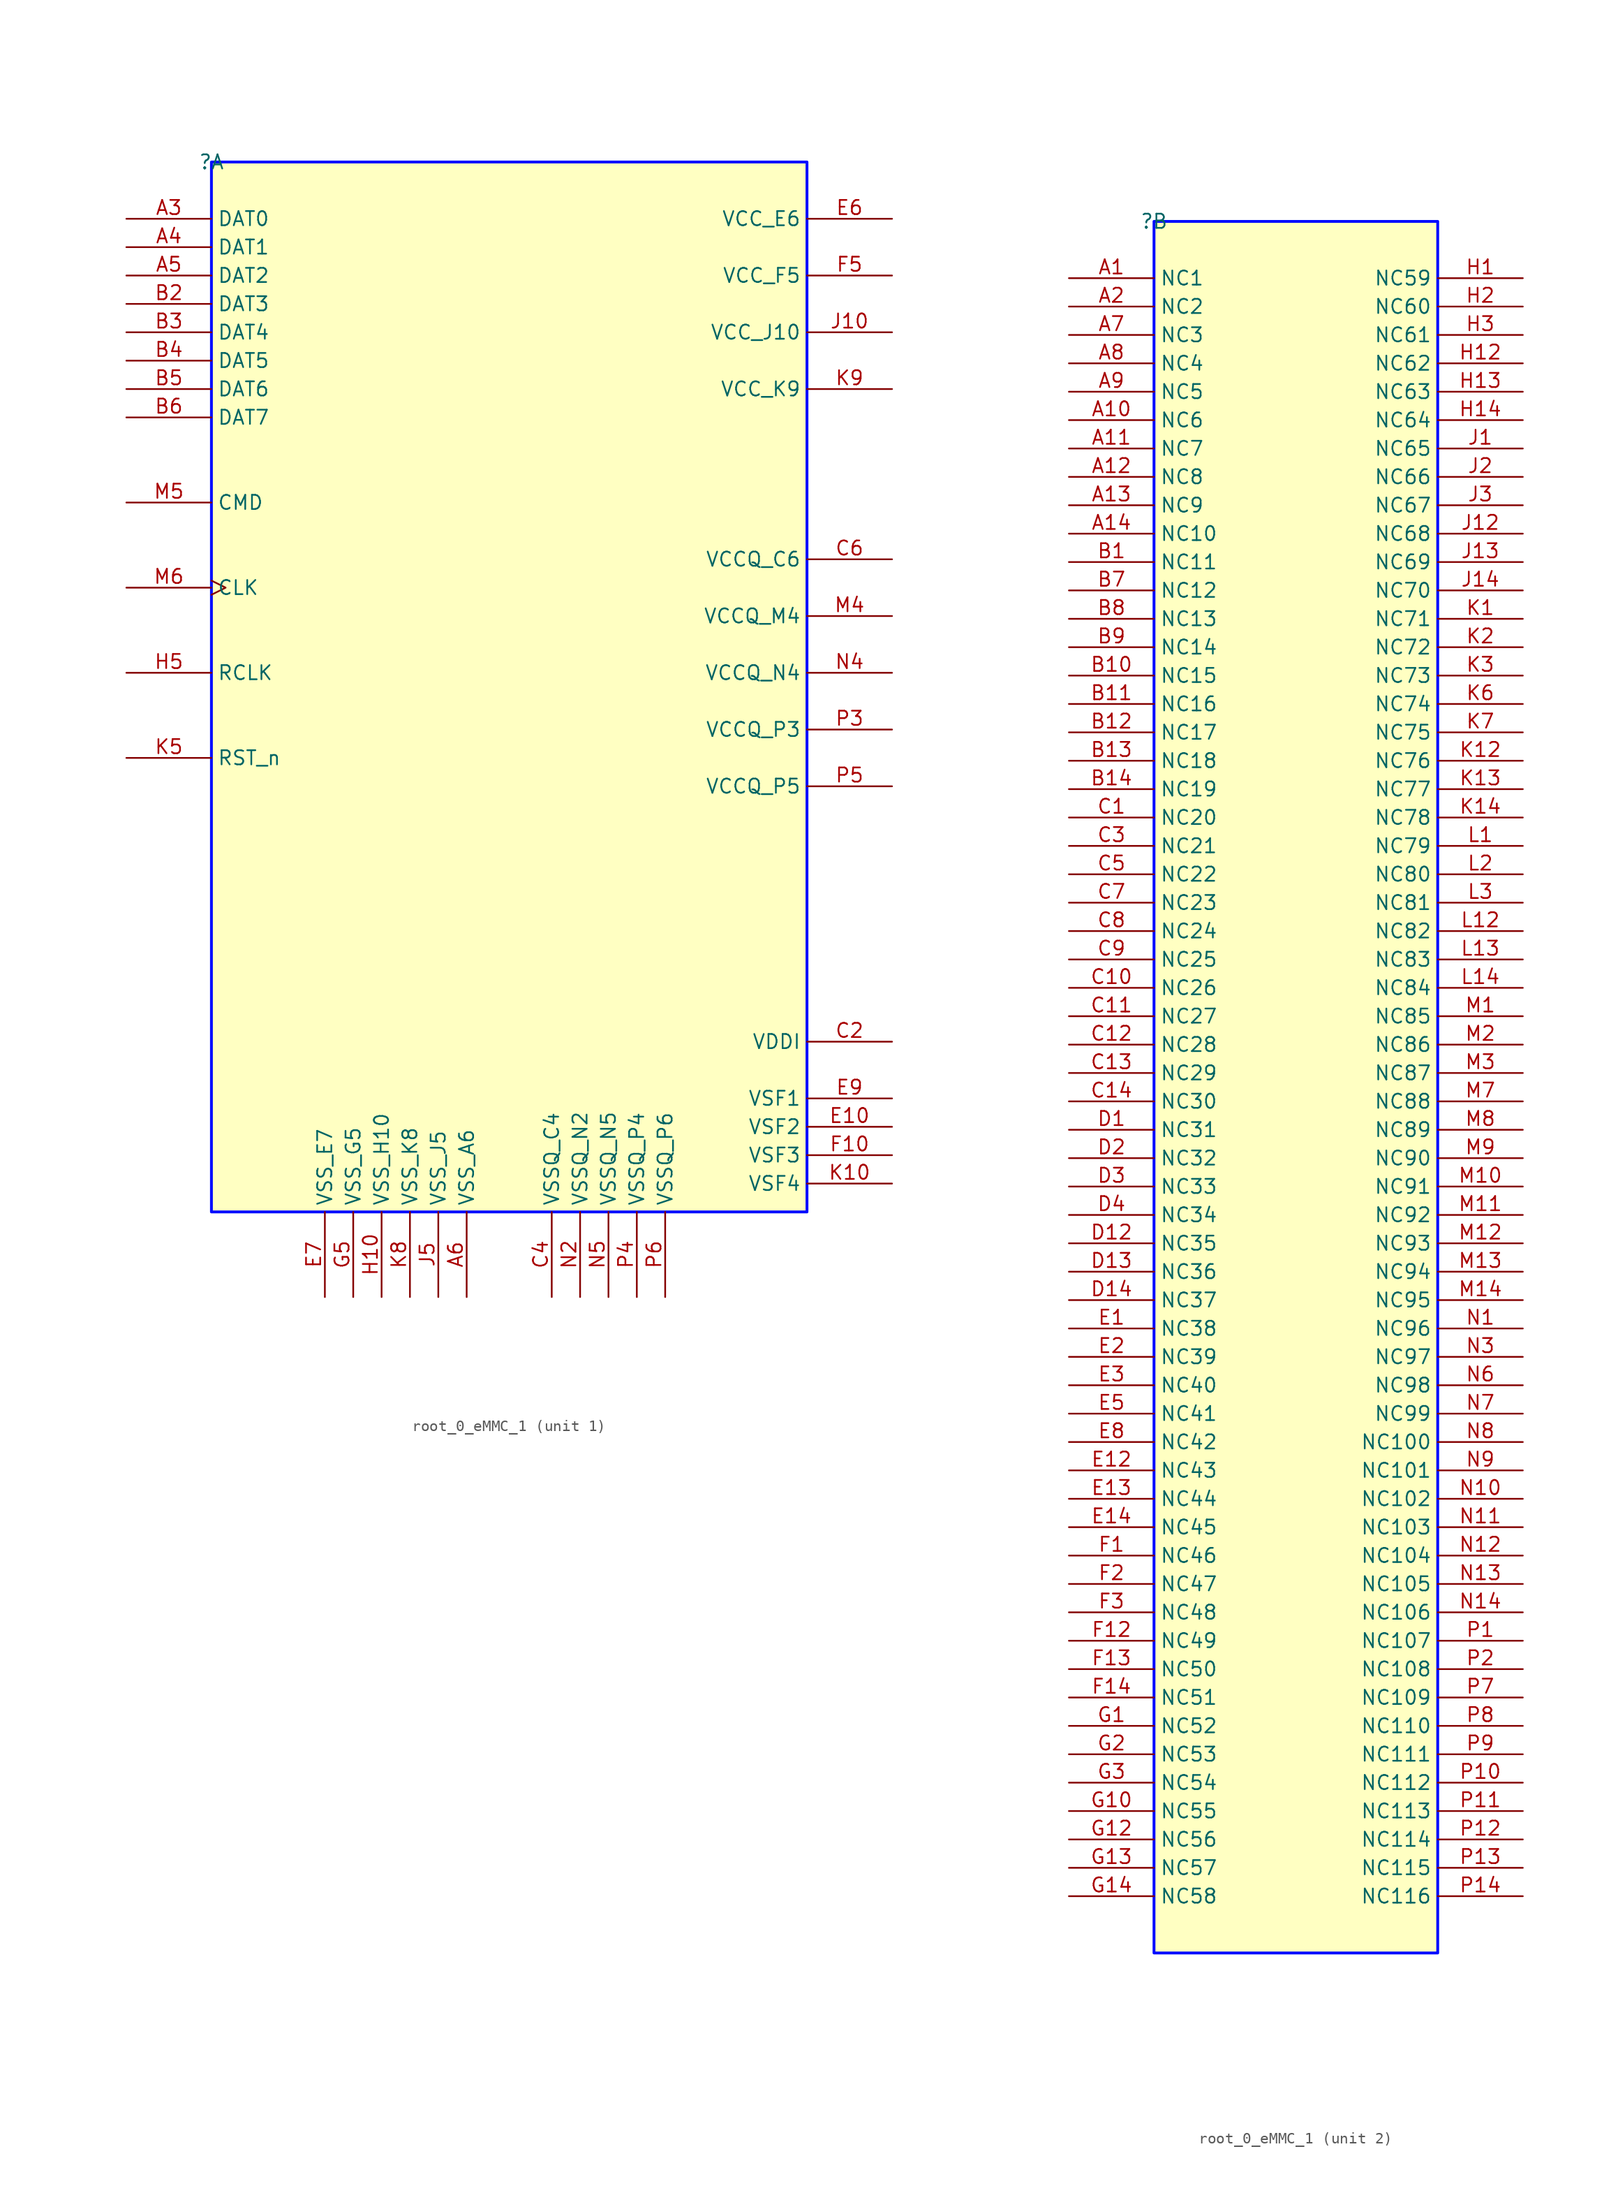
<source format=kicad_sym>
(kicad_symbol_lib
  (version 20231120)
  (generator "kicad_symbol_editor")
  (generator_version "8.0")
  (symbol "root_0_eMMC_1"
    (property "Reference" ""
      (at 0 0 0)
      (effects (font (size 1.27 1.27))))
    (property "Value" ""
      (at 0 0 0)
      (effects (font (size 1.27 1.27))))
    (symbol "root_0_eMMC_1_1_0"
      (rectangle (start 53.34 0) (end 0 -93.98) (stroke (width 0.254) (type solid) (color 0 11 255 1)) (fill (type background)))
      (pin passive line (at -7.62 -5.08 0) (length 7.62) (name "DAT0" (effects (font (size 1.27 1.27)))) (number "A3" (effects (font (size 1.27 1.27)))))
      (pin passive line (at -7.62 -7.62 0) (length 7.62) (name "DAT1" (effects (font (size 1.27 1.27)))) (number "A4" (effects (font (size 1.27 1.27)))))
      (pin passive line (at -7.62 -10.16 0) (length 7.62) (name "DAT2" (effects (font (size 1.27 1.27)))) (number "A5" (effects (font (size 1.27 1.27)))))
      (pin passive line (at 22.86 -101.6 90) (length 7.62) (name "VSS_A6" (effects (font (size 1.27 1.27)))) (number "A6" (effects (font (size 1.27 1.27)))))
      (pin passive line (at -7.62 -12.7 0) (length 7.62) (name "DAT3" (effects (font (size 1.27 1.27)))) (number "B2" (effects (font (size 1.27 1.27)))))
      (pin passive line (at -7.62 -15.24 0) (length 7.62) (name "DAT4" (effects (font (size 1.27 1.27)))) (number "B3" (effects (font (size 1.27 1.27)))))
      (pin passive line (at -7.62 -17.78 0) (length 7.62) (name "DAT5" (effects (font (size 1.27 1.27)))) (number "B4" (effects (font (size 1.27 1.27)))))
      (pin passive line (at -7.62 -20.32 0) (length 7.62) (name "DAT6" (effects (font (size 1.27 1.27)))) (number "B5" (effects (font (size 1.27 1.27)))))
      (pin passive line (at -7.62 -22.86 0) (length 7.62) (name "DAT7" (effects (font (size 1.27 1.27)))) (number "B6" (effects (font (size 1.27 1.27)))))
      (pin passive line (at 60.96 -78.74 180) (length 7.62) (name "VDDI" (effects (font (size 1.27 1.27)))) (number "C2" (effects (font (size 1.27 1.27)))))
      (pin passive line (at 30.48 -101.6 90) (length 7.62) (name "VSSQ_C4" (effects (font (size 1.27 1.27)))) (number "C4" (effects (font (size 1.27 1.27)))))
      (pin passive line (at 60.96 -35.56 180) (length 7.62) (name "VCCQ_C6" (effects (font (size 1.27 1.27)))) (number "C6" (effects (font (size 1.27 1.27)))))
      (pin passive line (at 60.96 -86.36 180) (length 7.62) (name "VSF2" (effects (font (size 1.27 1.27)))) (number "E10" (effects (font (size 1.27 1.27)))))
      (pin passive line (at 60.96 -5.08 180) (length 7.62) (name "VCC_E6" (effects (font (size 1.27 1.27)))) (number "E6" (effects (font (size 1.27 1.27)))))
      (pin passive line (at 10.16 -101.6 90) (length 7.62) (name "VSS_E7" (effects (font (size 1.27 1.27)))) (number "E7" (effects (font (size 1.27 1.27)))))
      (pin passive line (at 60.96 -83.82 180) (length 7.62) (name "VSF1" (effects (font (size 1.27 1.27)))) (number "E9" (effects (font (size 1.27 1.27)))))
      (pin passive line (at 60.96 -88.9 180) (length 7.62) (name "VSF3" (effects (font (size 1.27 1.27)))) (number "F10" (effects (font (size 1.27 1.27)))))
      (pin passive line (at 60.96 -10.16 180) (length 7.62) (name "VCC_F5" (effects (font (size 1.27 1.27)))) (number "F5" (effects (font (size 1.27 1.27)))))
      (pin passive line (at 12.7 -101.6 90) (length 7.62) (name "VSS_G5" (effects (font (size 1.27 1.27)))) (number "G5" (effects (font (size 1.27 1.27)))))
      (pin passive line (at 15.24 -101.6 90) (length 7.62) (name "VSS_H10" (effects (font (size 1.27 1.27)))) (number "H10" (effects (font (size 1.27 1.27)))))
      (pin passive line (at -7.62 -45.72 0) (length 7.62) (name "RCLK" (effects (font (size 1.27 1.27)))) (number "H5" (effects (font (size 1.27 1.27)))))
      (pin passive line (at 60.96 -15.24 180) (length 7.62) (name "VCC_J10" (effects (font (size 1.27 1.27)))) (number "J10" (effects (font (size 1.27 1.27)))))
      (pin passive line (at 20.32 -101.6 90) (length 7.62) (name "VSS_J5" (effects (font (size 1.27 1.27)))) (number "J5" (effects (font (size 1.27 1.27)))))
      (pin passive line (at 60.96 -91.44 180) (length 7.62) (name "VSF4" (effects (font (size 1.27 1.27)))) (number "K10" (effects (font (size 1.27 1.27)))))
      (pin passive line (at -7.62 -53.34 0) (length 7.62) (name "RST_n" (effects (font (size 1.27 1.27)))) (number "K5" (effects (font (size 1.27 1.27)))))
      (pin passive line (at 17.78 -101.6 90) (length 7.62) (name "VSS_K8" (effects (font (size 1.27 1.27)))) (number "K8" (effects (font (size 1.27 1.27)))))
      (pin passive line (at 60.96 -20.32 180) (length 7.62) (name "VCC_K9" (effects (font (size 1.27 1.27)))) (number "K9" (effects (font (size 1.27 1.27)))))
      (pin passive line (at 60.96 -40.64 180) (length 7.62) (name "VCCQ_M4" (effects (font (size 1.27 1.27)))) (number "M4" (effects (font (size 1.27 1.27)))))
      (pin passive line (at -7.62 -30.48 0) (length 7.62) (name "CMD" (effects (font (size 1.27 1.27)))) (number "M5" (effects (font (size 1.27 1.27)))))
      (pin passive clock (at -7.62 -38.1 0) (length 7.62) (name "CLK" (effects (font (size 1.27 1.27)))) (number "M6" (effects (font (size 1.27 1.27)))))
      (pin passive line (at 33.02 -101.6 90) (length 7.62) (name "VSSQ_N2" (effects (font (size 1.27 1.27)))) (number "N2" (effects (font (size 1.27 1.27)))))
      (pin passive line (at 60.96 -45.72 180) (length 7.62) (name "VCCQ_N4" (effects (font (size 1.27 1.27)))) (number "N4" (effects (font (size 1.27 1.27)))))
      (pin passive line (at 35.56 -101.6 90) (length 7.62) (name "VSSQ_N5" (effects (font (size 1.27 1.27)))) (number "N5" (effects (font (size 1.27 1.27)))))
      (pin passive line (at 60.96 -50.8 180) (length 7.62) (name "VCCQ_P3" (effects (font (size 1.27 1.27)))) (number "P3" (effects (font (size 1.27 1.27)))))
      (pin passive line (at 38.1 -101.6 90) (length 7.62) (name "VSSQ_P4" (effects (font (size 1.27 1.27)))) (number "P4" (effects (font (size 1.27 1.27)))))
      (pin passive line (at 60.96 -55.88 180) (length 7.62) (name "VCCQ_P5" (effects (font (size 1.27 1.27)))) (number "P5" (effects (font (size 1.27 1.27)))))
      (pin passive line (at 40.64 -101.6 90) (length 7.62) (name "VSSQ_P6" (effects (font (size 1.27 1.27)))) (number "P6" (effects (font (size 1.27 1.27))))))
    (symbol "root_0_eMMC_1_2_0"
      (rectangle (start 25.4 0) (end 0 -154.94) (stroke (width 0.254) (type solid) (color 0 11 255 1)) (fill (type background)))
      (pin passive line (at -7.62 -5.08 0) (length 7.62) (name "NC1" (effects (font (size 1.27 1.27)))) (number "A1" (effects (font (size 1.27 1.27)))))
      (pin passive line (at -7.62 -17.78 0) (length 7.62) (name "NC6" (effects (font (size 1.27 1.27)))) (number "A10" (effects (font (size 1.27 1.27)))))
      (pin passive line (at -7.62 -20.32 0) (length 7.62) (name "NC7" (effects (font (size 1.27 1.27)))) (number "A11" (effects (font (size 1.27 1.27)))))
      (pin passive line (at -7.62 -22.86 0) (length 7.62) (name "NC8" (effects (font (size 1.27 1.27)))) (number "A12" (effects (font (size 1.27 1.27)))))
      (pin passive line (at -7.62 -25.4 0) (length 7.62) (name "NC9" (effects (font (size 1.27 1.27)))) (number "A13" (effects (font (size 1.27 1.27)))))
      (pin passive line (at -7.62 -27.94 0) (length 7.62) (name "NC10" (effects (font (size 1.27 1.27)))) (number "A14" (effects (font (size 1.27 1.27)))))
      (pin passive line (at -7.62 -7.62 0) (length 7.62) (name "NC2" (effects (font (size 1.27 1.27)))) (number "A2" (effects (font (size 1.27 1.27)))))
      (pin passive line (at -7.62 -10.16 0) (length 7.62) (name "NC3" (effects (font (size 1.27 1.27)))) (number "A7" (effects (font (size 1.27 1.27)))))
      (pin passive line (at -7.62 -12.7 0) (length 7.62) (name "NC4" (effects (font (size 1.27 1.27)))) (number "A8" (effects (font (size 1.27 1.27)))))
      (pin passive line (at -7.62 -15.24 0) (length 7.62) (name "NC5" (effects (font (size 1.27 1.27)))) (number "A9" (effects (font (size 1.27 1.27)))))
      (pin passive line (at -7.62 -30.48 0) (length 7.62) (name "NC11" (effects (font (size 1.27 1.27)))) (number "B1" (effects (font (size 1.27 1.27)))))
      (pin passive line (at -7.62 -40.64 0) (length 7.62) (name "NC15" (effects (font (size 1.27 1.27)))) (number "B10" (effects (font (size 1.27 1.27)))))
      (pin passive line (at -7.62 -43.18 0) (length 7.62) (name "NC16" (effects (font (size 1.27 1.27)))) (number "B11" (effects (font (size 1.27 1.27)))))
      (pin passive line (at -7.62 -45.72 0) (length 7.62) (name "NC17" (effects (font (size 1.27 1.27)))) (number "B12" (effects (font (size 1.27 1.27)))))
      (pin passive line (at -7.62 -48.26 0) (length 7.62) (name "NC18" (effects (font (size 1.27 1.27)))) (number "B13" (effects (font (size 1.27 1.27)))))
      (pin passive line (at -7.62 -50.8 0) (length 7.62) (name "NC19" (effects (font (size 1.27 1.27)))) (number "B14" (effects (font (size 1.27 1.27)))))
      (pin passive line (at -7.62 -33.02 0) (length 7.62) (name "NC12" (effects (font (size 1.27 1.27)))) (number "B7" (effects (font (size 1.27 1.27)))))
      (pin passive line (at -7.62 -35.56 0) (length 7.62) (name "NC13" (effects (font (size 1.27 1.27)))) (number "B8" (effects (font (size 1.27 1.27)))))
      (pin passive line (at -7.62 -38.1 0) (length 7.62) (name "NC14" (effects (font (size 1.27 1.27)))) (number "B9" (effects (font (size 1.27 1.27)))))
      (pin passive line (at -7.62 -53.34 0) (length 7.62) (name "NC20" (effects (font (size 1.27 1.27)))) (number "C1" (effects (font (size 1.27 1.27)))))
      (pin passive line (at -7.62 -68.58 0) (length 7.62) (name "NC26" (effects (font (size 1.27 1.27)))) (number "C10" (effects (font (size 1.27 1.27)))))
      (pin passive line (at -7.62 -71.12 0) (length 7.62) (name "NC27" (effects (font (size 1.27 1.27)))) (number "C11" (effects (font (size 1.27 1.27)))))
      (pin passive line (at -7.62 -73.66 0) (length 7.62) (name "NC28" (effects (font (size 1.27 1.27)))) (number "C12" (effects (font (size 1.27 1.27)))))
      (pin passive line (at -7.62 -76.2 0) (length 7.62) (name "NC29" (effects (font (size 1.27 1.27)))) (number "C13" (effects (font (size 1.27 1.27)))))
      (pin passive line (at -7.62 -78.74 0) (length 7.62) (name "NC30" (effects (font (size 1.27 1.27)))) (number "C14" (effects (font (size 1.27 1.27)))))
      (pin passive line (at -7.62 -55.88 0) (length 7.62) (name "NC21" (effects (font (size 1.27 1.27)))) (number "C3" (effects (font (size 1.27 1.27)))))
      (pin passive line (at -7.62 -58.42 0) (length 7.62) (name "NC22" (effects (font (size 1.27 1.27)))) (number "C5" (effects (font (size 1.27 1.27)))))
      (pin passive line (at -7.62 -60.96 0) (length 7.62) (name "NC23" (effects (font (size 1.27 1.27)))) (number "C7" (effects (font (size 1.27 1.27)))))
      (pin passive line (at -7.62 -63.5 0) (length 7.62) (name "NC24" (effects (font (size 1.27 1.27)))) (number "C8" (effects (font (size 1.27 1.27)))))
      (pin passive line (at -7.62 -66.04 0) (length 7.62) (name "NC25" (effects (font (size 1.27 1.27)))) (number "C9" (effects (font (size 1.27 1.27)))))
      (pin passive line (at -7.62 -81.28 0) (length 7.62) (name "NC31" (effects (font (size 1.27 1.27)))) (number "D1" (effects (font (size 1.27 1.27)))))
      (pin passive line (at -7.62 -91.44 0) (length 7.62) (name "NC35" (effects (font (size 1.27 1.27)))) (number "D12" (effects (font (size 1.27 1.27)))))
      (pin passive line (at -7.62 -93.98 0) (length 7.62) (name "NC36" (effects (font (size 1.27 1.27)))) (number "D13" (effects (font (size 1.27 1.27)))))
      (pin passive line (at -7.62 -96.52 0) (length 7.62) (name "NC37" (effects (font (size 1.27 1.27)))) (number "D14" (effects (font (size 1.27 1.27)))))
      (pin passive line (at -7.62 -83.82 0) (length 7.62) (name "NC32" (effects (font (size 1.27 1.27)))) (number "D2" (effects (font (size 1.27 1.27)))))
      (pin passive line (at -7.62 -86.36 0) (length 7.62) (name "NC33" (effects (font (size 1.27 1.27)))) (number "D3" (effects (font (size 1.27 1.27)))))
      (pin passive line (at -7.62 -88.9 0) (length 7.62) (name "NC34" (effects (font (size 1.27 1.27)))) (number "D4" (effects (font (size 1.27 1.27)))))
      (pin passive line (at -7.62 -99.06 0) (length 7.62) (name "NC38" (effects (font (size 1.27 1.27)))) (number "E1" (effects (font (size 1.27 1.27)))))
      (pin passive line (at -7.62 -111.76 0) (length 7.62) (name "NC43" (effects (font (size 1.27 1.27)))) (number "E12" (effects (font (size 1.27 1.27)))))
      (pin passive line (at -7.62 -114.3 0) (length 7.62) (name "NC44" (effects (font (size 1.27 1.27)))) (number "E13" (effects (font (size 1.27 1.27)))))
      (pin passive line (at -7.62 -116.84 0) (length 7.62) (name "NC45" (effects (font (size 1.27 1.27)))) (number "E14" (effects (font (size 1.27 1.27)))))
      (pin passive line (at -7.62 -101.6 0) (length 7.62) (name "NC39" (effects (font (size 1.27 1.27)))) (number "E2" (effects (font (size 1.27 1.27)))))
      (pin passive line (at -7.62 -104.14 0) (length 7.62) (name "NC40" (effects (font (size 1.27 1.27)))) (number "E3" (effects (font (size 1.27 1.27)))))
      (pin passive line (at -7.62 -106.68 0) (length 7.62) (name "NC41" (effects (font (size 1.27 1.27)))) (number "E5" (effects (font (size 1.27 1.27)))))
      (pin passive line (at -7.62 -109.22 0) (length 7.62) (name "NC42" (effects (font (size 1.27 1.27)))) (number "E8" (effects (font (size 1.27 1.27)))))
      (pin passive line (at -7.62 -119.38 0) (length 7.62) (name "NC46" (effects (font (size 1.27 1.27)))) (number "F1" (effects (font (size 1.27 1.27)))))
      (pin passive line (at -7.62 -127 0) (length 7.62) (name "NC49" (effects (font (size 1.27 1.27)))) (number "F12" (effects (font (size 1.27 1.27)))))
      (pin passive line (at -7.62 -129.54 0) (length 7.62) (name "NC50" (effects (font (size 1.27 1.27)))) (number "F13" (effects (font (size 1.27 1.27)))))
      (pin passive line (at -7.62 -132.08 0) (length 7.62) (name "NC51" (effects (font (size 1.27 1.27)))) (number "F14" (effects (font (size 1.27 1.27)))))
      (pin passive line (at -7.62 -121.92 0) (length 7.62) (name "NC47" (effects (font (size 1.27 1.27)))) (number "F2" (effects (font (size 1.27 1.27)))))
      (pin passive line (at -7.62 -124.46 0) (length 7.62) (name "NC48" (effects (font (size 1.27 1.27)))) (number "F3" (effects (font (size 1.27 1.27)))))
      (pin passive line (at -7.62 -134.62 0) (length 7.62) (name "NC52" (effects (font (size 1.27 1.27)))) (number "G1" (effects (font (size 1.27 1.27)))))
      (pin passive line (at -7.62 -142.24 0) (length 7.62) (name "NC55" (effects (font (size 1.27 1.27)))) (number "G10" (effects (font (size 1.27 1.27)))))
      (pin passive line (at -7.62 -144.78 0) (length 7.62) (name "NC56" (effects (font (size 1.27 1.27)))) (number "G12" (effects (font (size 1.27 1.27)))))
      (pin passive line (at -7.62 -147.32 0) (length 7.62) (name "NC57" (effects (font (size 1.27 1.27)))) (number "G13" (effects (font (size 1.27 1.27)))))
      (pin passive line (at -7.62 -149.86 0) (length 7.62) (name "NC58" (effects (font (size 1.27 1.27)))) (number "G14" (effects (font (size 1.27 1.27)))))
      (pin passive line (at -7.62 -137.16 0) (length 7.62) (name "NC53" (effects (font (size 1.27 1.27)))) (number "G2" (effects (font (size 1.27 1.27)))))
      (pin passive line (at -7.62 -139.7 0) (length 7.62) (name "NC54" (effects (font (size 1.27 1.27)))) (number "G3" (effects (font (size 1.27 1.27)))))
      (pin passive line (at 33.02 -5.08 180) (length 7.62) (name "NC59" (effects (font (size 1.27 1.27)))) (number "H1" (effects (font (size 1.27 1.27)))))
      (pin passive line (at 33.02 -12.7 180) (length 7.62) (name "NC62" (effects (font (size 1.27 1.27)))) (number "H12" (effects (font (size 1.27 1.27)))))
      (pin passive line (at 33.02 -15.24 180) (length 7.62) (name "NC63" (effects (font (size 1.27 1.27)))) (number "H13" (effects (font (size 1.27 1.27)))))
      (pin passive line (at 33.02 -17.78 180) (length 7.62) (name "NC64" (effects (font (size 1.27 1.27)))) (number "H14" (effects (font (size 1.27 1.27)))))
      (pin passive line (at 33.02 -7.62 180) (length 7.62) (name "NC60" (effects (font (size 1.27 1.27)))) (number "H2" (effects (font (size 1.27 1.27)))))
      (pin passive line (at 33.02 -10.16 180) (length 7.62) (name "NC61" (effects (font (size 1.27 1.27)))) (number "H3" (effects (font (size 1.27 1.27)))))
      (pin passive line (at 33.02 -20.32 180) (length 7.62) (name "NC65" (effects (font (size 1.27 1.27)))) (number "J1" (effects (font (size 1.27 1.27)))))
      (pin passive line (at 33.02 -27.94 180) (length 7.62) (name "NC68" (effects (font (size 1.27 1.27)))) (number "J12" (effects (font (size 1.27 1.27)))))
      (pin passive line (at 33.02 -30.48 180) (length 7.62) (name "NC69" (effects (font (size 1.27 1.27)))) (number "J13" (effects (font (size 1.27 1.27)))))
      (pin passive line (at 33.02 -33.02 180) (length 7.62) (name "NC70" (effects (font (size 1.27 1.27)))) (number "J14" (effects (font (size 1.27 1.27)))))
      (pin passive line (at 33.02 -22.86 180) (length 7.62) (name "NC66" (effects (font (size 1.27 1.27)))) (number "J2" (effects (font (size 1.27 1.27)))))
      (pin passive line (at 33.02 -25.4 180) (length 7.62) (name "NC67" (effects (font (size 1.27 1.27)))) (number "J3" (effects (font (size 1.27 1.27)))))
      (pin passive line (at 33.02 -35.56 180) (length 7.62) (name "NC71" (effects (font (size 1.27 1.27)))) (number "K1" (effects (font (size 1.27 1.27)))))
      (pin passive line (at 33.02 -48.26 180) (length 7.62) (name "NC76" (effects (font (size 1.27 1.27)))) (number "K12" (effects (font (size 1.27 1.27)))))
      (pin passive line (at 33.02 -50.8 180) (length 7.62) (name "NC77" (effects (font (size 1.27 1.27)))) (number "K13" (effects (font (size 1.27 1.27)))))
      (pin passive line (at 33.02 -53.34 180) (length 7.62) (name "NC78" (effects (font (size 1.27 1.27)))) (number "K14" (effects (font (size 1.27 1.27)))))
      (pin passive line (at 33.02 -38.1 180) (length 7.62) (name "NC72" (effects (font (size 1.27 1.27)))) (number "K2" (effects (font (size 1.27 1.27)))))
      (pin passive line (at 33.02 -40.64 180) (length 7.62) (name "NC73" (effects (font (size 1.27 1.27)))) (number "K3" (effects (font (size 1.27 1.27)))))
      (pin passive line (at 33.02 -43.18 180) (length 7.62) (name "NC74" (effects (font (size 1.27 1.27)))) (number "K6" (effects (font (size 1.27 1.27)))))
      (pin passive line (at 33.02 -45.72 180) (length 7.62) (name "NC75" (effects (font (size 1.27 1.27)))) (number "K7" (effects (font (size 1.27 1.27)))))
      (pin passive line (at 33.02 -55.88 180) (length 7.62) (name "NC79" (effects (font (size 1.27 1.27)))) (number "L1" (effects (font (size 1.27 1.27)))))
      (pin passive line (at 33.02 -63.5 180) (length 7.62) (name "NC82" (effects (font (size 1.27 1.27)))) (number "L12" (effects (font (size 1.27 1.27)))))
      (pin passive line (at 33.02 -66.04 180) (length 7.62) (name "NC83" (effects (font (size 1.27 1.27)))) (number "L13" (effects (font (size 1.27 1.27)))))
      (pin passive line (at 33.02 -68.58 180) (length 7.62) (name "NC84" (effects (font (size 1.27 1.27)))) (number "L14" (effects (font (size 1.27 1.27)))))
      (pin passive line (at 33.02 -58.42 180) (length 7.62) (name "NC80" (effects (font (size 1.27 1.27)))) (number "L2" (effects (font (size 1.27 1.27)))))
      (pin passive line (at 33.02 -60.96 180) (length 7.62) (name "NC81" (effects (font (size 1.27 1.27)))) (number "L3" (effects (font (size 1.27 1.27)))))
      (pin passive line (at 33.02 -71.12 180) (length 7.62) (name "NC85" (effects (font (size 1.27 1.27)))) (number "M1" (effects (font (size 1.27 1.27)))))
      (pin passive line (at 33.02 -86.36 180) (length 7.62) (name "NC91" (effects (font (size 1.27 1.27)))) (number "M10" (effects (font (size 1.27 1.27)))))
      (pin passive line (at 33.02 -88.9 180) (length 7.62) (name "NC92" (effects (font (size 1.27 1.27)))) (number "M11" (effects (font (size 1.27 1.27)))))
      (pin passive line (at 33.02 -91.44 180) (length 7.62) (name "NC93" (effects (font (size 1.27 1.27)))) (number "M12" (effects (font (size 1.27 1.27)))))
      (pin passive line (at 33.02 -93.98 180) (length 7.62) (name "NC94" (effects (font (size 1.27 1.27)))) (number "M13" (effects (font (size 1.27 1.27)))))
      (pin passive line (at 33.02 -96.52 180) (length 7.62) (name "NC95" (effects (font (size 1.27 1.27)))) (number "M14" (effects (font (size 1.27 1.27)))))
      (pin passive line (at 33.02 -73.66 180) (length 7.62) (name "NC86" (effects (font (size 1.27 1.27)))) (number "M2" (effects (font (size 1.27 1.27)))))
      (pin passive line (at 33.02 -76.2 180) (length 7.62) (name "NC87" (effects (font (size 1.27 1.27)))) (number "M3" (effects (font (size 1.27 1.27)))))
      (pin passive line (at 33.02 -78.74 180) (length 7.62) (name "NC88" (effects (font (size 1.27 1.27)))) (number "M7" (effects (font (size 1.27 1.27)))))
      (pin passive line (at 33.02 -81.28 180) (length 7.62) (name "NC89" (effects (font (size 1.27 1.27)))) (number "M8" (effects (font (size 1.27 1.27)))))
      (pin passive line (at 33.02 -83.82 180) (length 7.62) (name "NC90" (effects (font (size 1.27 1.27)))) (number "M9" (effects (font (size 1.27 1.27)))))
      (pin passive line (at 33.02 -99.06 180) (length 7.62) (name "NC96" (effects (font (size 1.27 1.27)))) (number "N1" (effects (font (size 1.27 1.27)))))
      (pin passive line (at 33.02 -114.3 180) (length 7.62) (name "NC102" (effects (font (size 1.27 1.27)))) (number "N10" (effects (font (size 1.27 1.27)))))
      (pin passive line (at 33.02 -116.84 180) (length 7.62) (name "NC103" (effects (font (size 1.27 1.27)))) (number "N11" (effects (font (size 1.27 1.27)))))
      (pin passive line (at 33.02 -119.38 180) (length 7.62) (name "NC104" (effects (font (size 1.27 1.27)))) (number "N12" (effects (font (size 1.27 1.27)))))
      (pin passive line (at 33.02 -121.92 180) (length 7.62) (name "NC105" (effects (font (size 1.27 1.27)))) (number "N13" (effects (font (size 1.27 1.27)))))
      (pin passive line (at 33.02 -124.46 180) (length 7.62) (name "NC106" (effects (font (size 1.27 1.27)))) (number "N14" (effects (font (size 1.27 1.27)))))
      (pin passive line (at 33.02 -101.6 180) (length 7.62) (name "NC97" (effects (font (size 1.27 1.27)))) (number "N3" (effects (font (size 1.27 1.27)))))
      (pin passive line (at 33.02 -104.14 180) (length 7.62) (name "NC98" (effects (font (size 1.27 1.27)))) (number "N6" (effects (font (size 1.27 1.27)))))
      (pin passive line (at 33.02 -106.68 180) (length 7.62) (name "NC99" (effects (font (size 1.27 1.27)))) (number "N7" (effects (font (size 1.27 1.27)))))
      (pin passive line (at 33.02 -109.22 180) (length 7.62) (name "NC100" (effects (font (size 1.27 1.27)))) (number "N8" (effects (font (size 1.27 1.27)))))
      (pin passive line (at 33.02 -111.76 180) (length 7.62) (name "NC101" (effects (font (size 1.27 1.27)))) (number "N9" (effects (font (size 1.27 1.27)))))
      (pin passive line (at 33.02 -127 180) (length 7.62) (name "NC107" (effects (font (size 1.27 1.27)))) (number "P1" (effects (font (size 1.27 1.27)))))
      (pin passive line (at 33.02 -139.7 180) (length 7.62) (name "NC112" (effects (font (size 1.27 1.27)))) (number "P10" (effects (font (size 1.27 1.27)))))
      (pin passive line (at 33.02 -142.24 180) (length 7.62) (name "NC113" (effects (font (size 1.27 1.27)))) (number "P11" (effects (font (size 1.27 1.27)))))
      (pin passive line (at 33.02 -144.78 180) (length 7.62) (name "NC114" (effects (font (size 1.27 1.27)))) (number "P12" (effects (font (size 1.27 1.27)))))
      (pin passive line (at 33.02 -147.32 180) (length 7.62) (name "NC115" (effects (font (size 1.27 1.27)))) (number "P13" (effects (font (size 1.27 1.27)))))
      (pin passive line (at 33.02 -149.86 180) (length 7.62) (name "NC116" (effects (font (size 1.27 1.27)))) (number "P14" (effects (font (size 1.27 1.27)))))
      (pin passive line (at 33.02 -129.54 180) (length 7.62) (name "NC108" (effects (font (size 1.27 1.27)))) (number "P2" (effects (font (size 1.27 1.27)))))
      (pin passive line (at 33.02 -132.08 180) (length 7.62) (name "NC109" (effects (font (size 1.27 1.27)))) (number "P7" (effects (font (size 1.27 1.27)))))
      (pin passive line (at 33.02 -134.62 180) (length 7.62) (name "NC110" (effects (font (size 1.27 1.27)))) (number "P8" (effects (font (size 1.27 1.27)))))
      (pin passive line (at 33.02 -137.16 180) (length 7.62) (name "NC111" (effects (font (size 1.27 1.27)))) (number "P9" (effects (font (size 1.27 1.27))))))))
</source>
